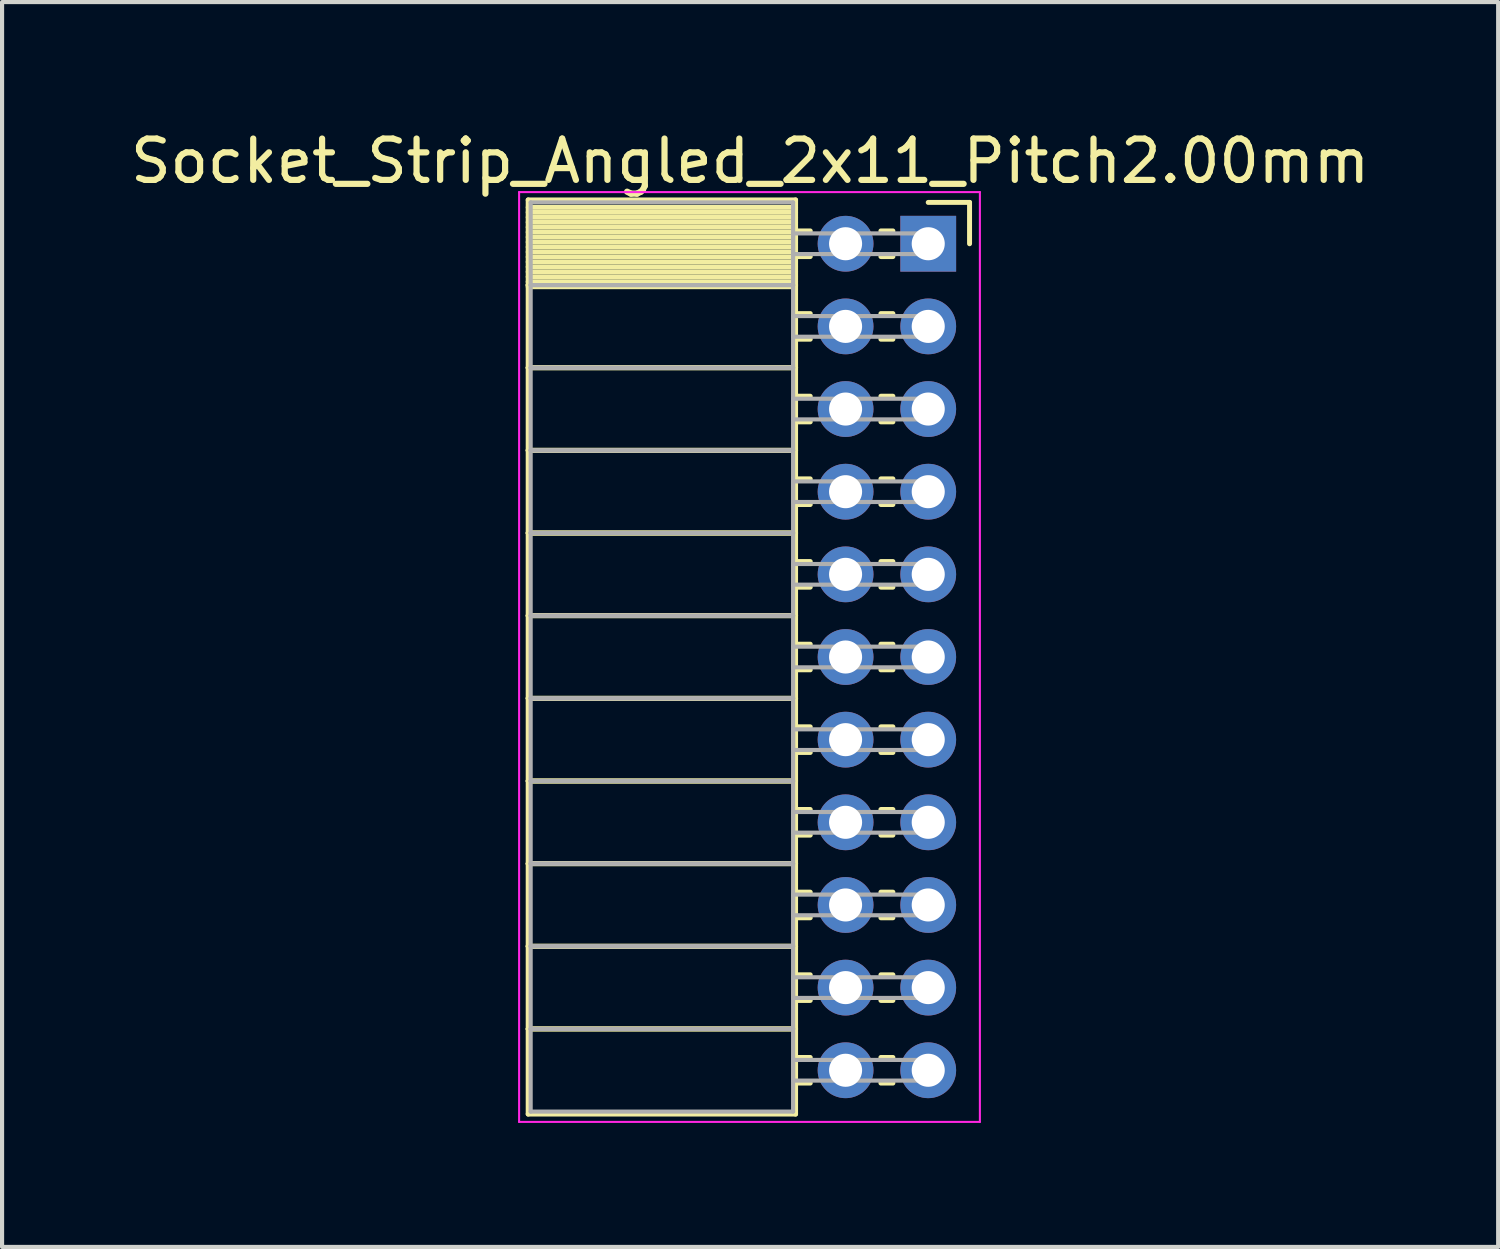
<source format=kicad_pcb>
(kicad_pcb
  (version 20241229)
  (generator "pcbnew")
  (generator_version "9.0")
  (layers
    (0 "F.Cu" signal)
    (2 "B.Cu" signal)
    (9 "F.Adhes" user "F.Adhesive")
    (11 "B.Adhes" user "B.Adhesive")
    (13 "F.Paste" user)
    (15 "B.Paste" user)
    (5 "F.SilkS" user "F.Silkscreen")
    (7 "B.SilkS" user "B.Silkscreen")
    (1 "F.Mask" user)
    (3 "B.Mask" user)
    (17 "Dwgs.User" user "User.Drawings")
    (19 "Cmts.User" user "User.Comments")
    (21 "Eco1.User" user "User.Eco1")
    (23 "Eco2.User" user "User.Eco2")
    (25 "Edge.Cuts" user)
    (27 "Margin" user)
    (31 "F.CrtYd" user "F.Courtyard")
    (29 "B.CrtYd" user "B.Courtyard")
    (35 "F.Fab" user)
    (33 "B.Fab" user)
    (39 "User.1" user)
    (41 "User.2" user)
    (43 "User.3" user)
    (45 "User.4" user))
  (footprint "Socket_Strip_Angled_2x11_Pitch2.00mm"
    (layer "F.Cu")
    (at 19.411 2.848)
    (property "Reference" "Socket_Strip_Angled_2x11_Pitch2.00mm" (at -4.31 -2 0) (layer "F.SilkS") (effects (font (size 1 1) (thickness 0.15))))
    (attr through_hole)
    (fp_line (start -9.68 -1.06) (end -3.21 -1.06) (stroke (width 0.12) (type solid)) (layer "F.SilkS"))
    (fp_line (start -9.68 1) (end -9.68 -1.06) (stroke (width 0.12) (type solid)) (layer "F.SilkS"))
    (fp_line (start -9.68 1) (end -3.21 1) (stroke (width 0.12) (type solid)) (layer "F.SilkS"))
    (fp_line (start -9.68 3) (end -9.68 1) (stroke (width 0.12) (type solid)) (layer "F.SilkS"))
    (fp_line (start -9.68 3) (end -3.21 3) (stroke (width 0.12) (type solid)) (layer "F.SilkS"))
    (fp_line (start -9.68 5) (end -9.68 3) (stroke (width 0.12) (type solid)) (layer "F.SilkS"))
    (fp_line (start -9.68 5) (end -3.21 5) (stroke (width 0.12) (type solid)) (layer "F.SilkS"))
    (fp_line (start -9.68 7) (end -9.68 5) (stroke (width 0.12) (type solid)) (layer "F.SilkS"))
    (fp_line (start -9.68 7) (end -3.21 7) (stroke (width 0.12) (type solid)) (layer "F.SilkS"))
    (fp_line (start -9.68 9) (end -9.68 7) (stroke (width 0.12) (type solid)) (layer "F.SilkS"))
    (fp_line (start -9.68 9) (end -3.21 9) (stroke (width 0.12) (type solid)) (layer "F.SilkS"))
    (fp_line (start -9.68 11) (end -9.68 9) (stroke (width 0.12) (type solid)) (layer "F.SilkS"))
    (fp_line (start -9.68 11) (end -3.21 11) (stroke (width 0.12) (type solid)) (layer "F.SilkS"))
    (fp_line (start -9.68 13) (end -9.68 11) (stroke (width 0.12) (type solid)) (layer "F.SilkS"))
    (fp_line (start -9.68 13) (end -3.21 13) (stroke (width 0.12) (type solid)) (layer "F.SilkS"))
    (fp_line (start -9.68 15) (end -9.68 13) (stroke (width 0.12) (type solid)) (layer "F.SilkS"))
    (fp_line (start -9.68 15) (end -3.21 15) (stroke (width 0.12) (type solid)) (layer "F.SilkS"))
    (fp_line (start -9.68 17) (end -9.68 15) (stroke (width 0.12) (type solid)) (layer "F.SilkS"))
    (fp_line (start -9.68 17) (end -3.21 17) (stroke (width 0.12) (type solid)) (layer "F.SilkS"))
    (fp_line (start -9.68 19) (end -9.68 17) (stroke (width 0.12) (type solid)) (layer "F.SilkS"))
    (fp_line (start -9.68 19) (end -3.21 19) (stroke (width 0.12) (type solid)) (layer "F.SilkS"))
    (fp_line (start -9.68 21.06) (end -9.68 19) (stroke (width 0.12) (type solid)) (layer "F.SilkS"))
    (fp_line (start -3.21 -1.06) (end -3.21 1) (stroke (width 0.12) (type solid)) (layer "F.SilkS"))
    (fp_line (start -3.21 -0.88) (end -9.68 -0.88) (stroke (width 0.12) (type solid)) (layer "F.SilkS"))
    (fp_line (start -3.21 -0.76) (end -9.68 -0.76) (stroke (width 0.12) (type solid)) (layer "F.SilkS"))
    (fp_line (start -3.21 -0.64) (end -9.68 -0.64) (stroke (width 0.12) (type solid)) (layer "F.SilkS"))
    (fp_line (start -3.21 -0.52) (end -9.68 -0.52) (stroke (width 0.12) (type solid)) (layer "F.SilkS"))
    (fp_line (start -3.21 -0.4) (end -9.68 -0.4) (stroke (width 0.12) (type solid)) (layer "F.SilkS"))
    (fp_line (start -3.21 -0.28) (end -9.68 -0.28) (stroke (width 0.12) (type solid)) (layer "F.SilkS"))
    (fp_line (start -3.21 -0.16) (end -9.68 -0.16) (stroke (width 0.12) (type solid)) (layer "F.SilkS"))
    (fp_line (start -3.21 -0.04) (end -9.68 -0.04) (stroke (width 0.12) (type solid)) (layer "F.SilkS"))
    (fp_line (start -3.21 0.08) (end -9.68 0.08) (stroke (width 0.12) (type solid)) (layer "F.SilkS"))
    (fp_line (start -3.21 0.2) (end -9.68 0.2) (stroke (width 0.12) (type solid)) (layer "F.SilkS"))
    (fp_line (start -3.21 0.32) (end -9.68 0.32) (stroke (width 0.12) (type solid)) (layer "F.SilkS"))
    (fp_line (start -3.21 0.44) (end -9.68 0.44) (stroke (width 0.12) (type solid)) (layer "F.SilkS"))
    (fp_line (start -3.21 0.56) (end -9.68 0.56) (stroke (width 0.12) (type solid)) (layer "F.SilkS"))
    (fp_line (start -3.21 0.68) (end -9.68 0.68) (stroke (width 0.12) (type solid)) (layer "F.SilkS"))
    (fp_line (start -3.21 0.8) (end -9.68 0.8) (stroke (width 0.12) (type solid)) (layer "F.SilkS"))
    (fp_line (start -3.21 0.92) (end -9.68 0.92) (stroke (width 0.12) (type solid)) (layer "F.SilkS"))
    (fp_line (start -3.21 1) (end -9.68 1) (stroke (width 0.12) (type solid)) (layer "F.SilkS"))
    (fp_line (start -3.21 1) (end -3.21 3) (stroke (width 0.12) (type solid)) (layer "F.SilkS"))
    (fp_line (start -3.21 1.04) (end -9.68 1.04) (stroke (width 0.12) (type solid)) (layer "F.SilkS"))
    (fp_line (start -3.21 3) (end -9.68 3) (stroke (width 0.12) (type solid)) (layer "F.SilkS"))
    (fp_line (start -3.21 3) (end -3.21 5) (stroke (width 0.12) (type solid)) (layer "F.SilkS"))
    (fp_line (start -3.21 5) (end -9.68 5) (stroke (width 0.12) (type solid)) (layer "F.SilkS"))
    (fp_line (start -3.21 5) (end -3.21 7) (stroke (width 0.12) (type solid)) (layer "F.SilkS"))
    (fp_line (start -3.21 7) (end -9.68 7) (stroke (width 0.12) (type solid)) (layer "F.SilkS"))
    (fp_line (start -3.21 7) (end -3.21 9) (stroke (width 0.12) (type solid)) (layer "F.SilkS"))
    (fp_line (start -3.21 9) (end -9.68 9) (stroke (width 0.12) (type solid)) (layer "F.SilkS"))
    (fp_line (start -3.21 9) (end -3.21 11) (stroke (width 0.12) (type solid)) (layer "F.SilkS"))
    (fp_line (start -3.21 11) (end -9.68 11) (stroke (width 0.12) (type solid)) (layer "F.SilkS"))
    (fp_line (start -3.21 11) (end -3.21 13) (stroke (width 0.12) (type solid)) (layer "F.SilkS"))
    (fp_line (start -3.21 13) (end -9.68 13) (stroke (width 0.12) (type solid)) (layer "F.SilkS"))
    (fp_line (start -3.21 13) (end -3.21 15) (stroke (width 0.12) (type solid)) (layer "F.SilkS"))
    (fp_line (start -3.21 15) (end -9.68 15) (stroke (width 0.12) (type solid)) (layer "F.SilkS"))
    (fp_line (start -3.21 15) (end -3.21 17) (stroke (width 0.12) (type solid)) (layer "F.SilkS"))
    (fp_line (start -3.21 17) (end -9.68 17) (stroke (width 0.12) (type solid)) (layer "F.SilkS"))
    (fp_line (start -3.21 17) (end -3.21 19) (stroke (width 0.12) (type solid)) (layer "F.SilkS"))
    (fp_line (start -3.21 19) (end -9.68 19) (stroke (width 0.12) (type solid)) (layer "F.SilkS"))
    (fp_line (start -3.21 19) (end -3.21 21.06) (stroke (width 0.12) (type solid)) (layer "F.SilkS"))
    (fp_line (start -3.21 21.06) (end -9.68 21.06) (stroke (width 0.12) (type solid)) (layer "F.SilkS"))
    (fp_line (start -2.855 -0.31) (end -3.21 -0.31) (stroke (width 0.12) (type solid)) (layer "F.SilkS"))
    (fp_line (start -2.855 0.31) (end -3.21 0.31) (stroke (width 0.12) (type solid)) (layer "F.SilkS"))
    (fp_line (start -2.855 1.69) (end -3.21 1.69) (stroke (width 0.12) (type solid)) (layer "F.SilkS"))
    (fp_line (start -2.855 2.31) (end -3.21 2.31) (stroke (width 0.12) (type solid)) (layer "F.SilkS"))
    (fp_line (start -2.855 3.69) (end -3.21 3.69) (stroke (width 0.12) (type solid)) (layer "F.SilkS"))
    (fp_line (start -2.855 4.31) (end -3.21 4.31) (stroke (width 0.12) (type solid)) (layer "F.SilkS"))
    (fp_line (start -2.855 5.69) (end -3.21 5.69) (stroke (width 0.12) (type solid)) (layer "F.SilkS"))
    (fp_line (start -2.855 6.31) (end -3.21 6.31) (stroke (width 0.12) (type solid)) (layer "F.SilkS"))
    (fp_line (start -2.855 7.69) (end -3.21 7.69) (stroke (width 0.12) (type solid)) (layer "F.SilkS"))
    (fp_line (start -2.855 8.31) (end -3.21 8.31) (stroke (width 0.12) (type solid)) (layer "F.SilkS"))
    (fp_line (start -2.855 9.69) (end -3.21 9.69) (stroke (width 0.12) (type solid)) (layer "F.SilkS"))
    (fp_line (start -2.855 10.31) (end -3.21 10.31) (stroke (width 0.12) (type solid)) (layer "F.SilkS"))
    (fp_line (start -2.855 11.69) (end -3.21 11.69) (stroke (width 0.12) (type solid)) (layer "F.SilkS"))
    (fp_line (start -2.855 12.31) (end -3.21 12.31) (stroke (width 0.12) (type solid)) (layer "F.SilkS"))
    (fp_line (start -2.855 13.69) (end -3.21 13.69) (stroke (width 0.12) (type solid)) (layer "F.SilkS"))
    (fp_line (start -2.855 14.31) (end -3.21 14.31) (stroke (width 0.12) (type solid)) (layer "F.SilkS"))
    (fp_line (start -2.855 15.69) (end -3.21 15.69) (stroke (width 0.12) (type solid)) (layer "F.SilkS"))
    (fp_line (start -2.855 16.31) (end -3.21 16.31) (stroke (width 0.12) (type solid)) (layer "F.SilkS"))
    (fp_line (start -2.855 17.69) (end -3.21 17.69) (stroke (width 0.12) (type solid)) (layer "F.SilkS"))
    (fp_line (start -2.855 18.31) (end -3.21 18.31) (stroke (width 0.12) (type solid)) (layer "F.SilkS"))
    (fp_line (start -2.855 19.69) (end -3.21 19.69) (stroke (width 0.12) (type solid)) (layer "F.SilkS"))
    (fp_line (start -2.855 20.31) (end -3.21 20.31) (stroke (width 0.12) (type solid)) (layer "F.SilkS"))
    (fp_line (start -0.855 -0.31) (end -1.145 -0.31) (stroke (width 0.12) (type solid)) (layer "F.SilkS"))
    (fp_line (start -0.855 0.31) (end -1.145 0.31) (stroke (width 0.12) (type solid)) (layer "F.SilkS"))
    (fp_line (start -0.855 1.69) (end -1.145 1.69) (stroke (width 0.12) (type solid)) (layer "F.SilkS"))
    (fp_line (start -0.855 2.31) (end -1.145 2.31) (stroke (width 0.12) (type solid)) (layer "F.SilkS"))
    (fp_line (start -0.855 3.69) (end -1.145 3.69) (stroke (width 0.12) (type solid)) (layer "F.SilkS"))
    (fp_line (start -0.855 4.31) (end -1.145 4.31) (stroke (width 0.12) (type solid)) (layer "F.SilkS"))
    (fp_line (start -0.855 5.69) (end -1.145 5.69) (stroke (width 0.12) (type solid)) (layer "F.SilkS"))
    (fp_line (start -0.855 6.31) (end -1.145 6.31) (stroke (width 0.12) (type solid)) (layer "F.SilkS"))
    (fp_line (start -0.855 7.69) (end -1.145 7.69) (stroke (width 0.12) (type solid)) (layer "F.SilkS"))
    (fp_line (start -0.855 8.31) (end -1.145 8.31) (stroke (width 0.12) (type solid)) (layer "F.SilkS"))
    (fp_line (start -0.855 9.69) (end -1.145 9.69) (stroke (width 0.12) (type solid)) (layer "F.SilkS"))
    (fp_line (start -0.855 10.31) (end -1.145 10.31) (stroke (width 0.12) (type solid)) (layer "F.SilkS"))
    (fp_line (start -0.855 11.69) (end -1.145 11.69) (stroke (width 0.12) (type solid)) (layer "F.SilkS"))
    (fp_line (start -0.855 12.31) (end -1.145 12.31) (stroke (width 0.12) (type solid)) (layer "F.SilkS"))
    (fp_line (start -0.855 13.69) (end -1.145 13.69) (stroke (width 0.12) (type solid)) (layer "F.SilkS"))
    (fp_line (start -0.855 14.31) (end -1.145 14.31) (stroke (width 0.12) (type solid)) (layer "F.SilkS"))
    (fp_line (start -0.855 15.69) (end -1.145 15.69) (stroke (width 0.12) (type solid)) (layer "F.SilkS"))
    (fp_line (start -0.855 16.31) (end -1.145 16.31) (stroke (width 0.12) (type solid)) (layer "F.SilkS"))
    (fp_line (start -0.855 17.69) (end -1.145 17.69) (stroke (width 0.12) (type solid)) (layer "F.SilkS"))
    (fp_line (start -0.855 18.31) (end -1.145 18.31) (stroke (width 0.12) (type solid)) (layer "F.SilkS"))
    (fp_line (start -0.855 19.69) (end -1.145 19.69) (stroke (width 0.12) (type solid)) (layer "F.SilkS"))
    (fp_line (start -0.855 20.31) (end -1.145 20.31) (stroke (width 0.12) (type solid)) (layer "F.SilkS"))
    (fp_line (start 0 -1) (end 1 -1) (stroke (width 0.12) (type solid)) (layer "F.SilkS"))
    (fp_line (start 1 -1) (end 1 0) (stroke (width 0.12) (type solid)) (layer "F.SilkS"))
    (fp_line (start -9.9 -1.25) (end 1.25 -1.25) (stroke (width 0.05) (type solid)) (layer "F.CrtYd"))
    (fp_line (start -9.9 21.25) (end -9.9 -1.25) (stroke (width 0.05) (type solid)) (layer "F.CrtYd"))
    (fp_line (start 1.25 -1.25) (end 1.25 21.25) (stroke (width 0.05) (type solid)) (layer "F.CrtYd"))
    (fp_line (start 1.25 21.25) (end -9.9 21.25) (stroke (width 0.05) (type solid)) (layer "F.CrtYd"))
    (fp_line (start -9.62 -1) (end -3.27 -1) (stroke (width 0.1) (type solid)) (layer "F.Fab"))
    (fp_line (start -9.62 1) (end -9.62 -1) (stroke (width 0.1) (type solid)) (layer "F.Fab"))
    (fp_line (start -9.62 1) (end -3.27 1) (stroke (width 0.1) (type solid)) (layer "F.Fab"))
    (fp_line (start -9.62 3) (end -9.62 1) (stroke (width 0.1) (type solid)) (layer "F.Fab"))
    (fp_line (start -9.62 3) (end -3.27 3) (stroke (width 0.1) (type solid)) (layer "F.Fab"))
    (fp_line (start -9.62 5) (end -9.62 3) (stroke (width 0.1) (type solid)) (layer "F.Fab"))
    (fp_line (start -9.62 5) (end -3.27 5) (stroke (width 0.1) (type solid)) (layer "F.Fab"))
    (fp_line (start -9.62 7) (end -9.62 5) (stroke (width 0.1) (type solid)) (layer "F.Fab"))
    (fp_line (start -9.62 7) (end -3.27 7) (stroke (width 0.1) (type solid)) (layer "F.Fab"))
    (fp_line (start -9.62 9) (end -9.62 7) (stroke (width 0.1) (type solid)) (layer "F.Fab"))
    (fp_line (start -9.62 9) (end -3.27 9) (stroke (width 0.1) (type solid)) (layer "F.Fab"))
    (fp_line (start -9.62 11) (end -9.62 9) (stroke (width 0.1) (type solid)) (layer "F.Fab"))
    (fp_line (start -9.62 11) (end -3.27 11) (stroke (width 0.1) (type solid)) (layer "F.Fab"))
    (fp_line (start -9.62 13) (end -9.62 11) (stroke (width 0.1) (type solid)) (layer "F.Fab"))
    (fp_line (start -9.62 13) (end -3.27 13) (stroke (width 0.1) (type solid)) (layer "F.Fab"))
    (fp_line (start -9.62 15) (end -9.62 13) (stroke (width 0.1) (type solid)) (layer "F.Fab"))
    (fp_line (start -9.62 15) (end -3.27 15) (stroke (width 0.1) (type solid)) (layer "F.Fab"))
    (fp_line (start -9.62 17) (end -9.62 15) (stroke (width 0.1) (type solid)) (layer "F.Fab"))
    (fp_line (start -9.62 17) (end -3.27 17) (stroke (width 0.1) (type solid)) (layer "F.Fab"))
    (fp_line (start -9.62 19) (end -9.62 17) (stroke (width 0.1) (type solid)) (layer "F.Fab"))
    (fp_line (start -9.62 19) (end -3.27 19) (stroke (width 0.1) (type solid)) (layer "F.Fab"))
    (fp_line (start -9.62 21) (end -9.62 19) (stroke (width 0.1) (type solid)) (layer "F.Fab"))
    (fp_line (start -3.27 -1) (end -3.27 1) (stroke (width 0.1) (type solid)) (layer "F.Fab"))
    (fp_line (start -3.27 -0.25) (end 0 -0.25) (stroke (width 0.1) (type solid)) (layer "F.Fab"))
    (fp_line (start -3.27 0.25) (end -3.27 -0.25) (stroke (width 0.1) (type solid)) (layer "F.Fab"))
    (fp_line (start -3.27 1) (end -9.62 1) (stroke (width 0.1) (type solid)) (layer "F.Fab"))
    (fp_line (start -3.27 1) (end -3.27 3) (stroke (width 0.1) (type solid)) (layer "F.Fab"))
    (fp_line (start -3.27 1.75) (end 0 1.75) (stroke (width 0.1) (type solid)) (layer "F.Fab"))
    (fp_line (start -3.27 2.25) (end -3.27 1.75) (stroke (width 0.1) (type solid)) (layer "F.Fab"))
    (fp_line (start -3.27 3) (end -9.62 3) (stroke (width 0.1) (type solid)) (layer "F.Fab"))
    (fp_line (start -3.27 3) (end -3.27 5) (stroke (width 0.1) (type solid)) (layer "F.Fab"))
    (fp_line (start -3.27 3.75) (end 0 3.75) (stroke (width 0.1) (type solid)) (layer "F.Fab"))
    (fp_line (start -3.27 4.25) (end -3.27 3.75) (stroke (width 0.1) (type solid)) (layer "F.Fab"))
    (fp_line (start -3.27 5) (end -9.62 5) (stroke (width 0.1) (type solid)) (layer "F.Fab"))
    (fp_line (start -3.27 5) (end -3.27 7) (stroke (width 0.1) (type solid)) (layer "F.Fab"))
    (fp_line (start -3.27 5.75) (end 0 5.75) (stroke (width 0.1) (type solid)) (layer "F.Fab"))
    (fp_line (start -3.27 6.25) (end -3.27 5.75) (stroke (width 0.1) (type solid)) (layer "F.Fab"))
    (fp_line (start -3.27 7) (end -9.62 7) (stroke (width 0.1) (type solid)) (layer "F.Fab"))
    (fp_line (start -3.27 7) (end -3.27 9) (stroke (width 0.1) (type solid)) (layer "F.Fab"))
    (fp_line (start -3.27 7.75) (end 0 7.75) (stroke (width 0.1) (type solid)) (layer "F.Fab"))
    (fp_line (start -3.27 8.25) (end -3.27 7.75) (stroke (width 0.1) (type solid)) (layer "F.Fab"))
    (fp_line (start -3.27 9) (end -9.62 9) (stroke (width 0.1) (type solid)) (layer "F.Fab"))
    (fp_line (start -3.27 9) (end -3.27 11) (stroke (width 0.1) (type solid)) (layer "F.Fab"))
    (fp_line (start -3.27 9.75) (end 0 9.75) (stroke (width 0.1) (type solid)) (layer "F.Fab"))
    (fp_line (start -3.27 10.25) (end -3.27 9.75) (stroke (width 0.1) (type solid)) (layer "F.Fab"))
    (fp_line (start -3.27 11) (end -9.62 11) (stroke (width 0.1) (type solid)) (layer "F.Fab"))
    (fp_line (start -3.27 11) (end -3.27 13) (stroke (width 0.1) (type solid)) (layer "F.Fab"))
    (fp_line (start -3.27 11.75) (end 0 11.75) (stroke (width 0.1) (type solid)) (layer "F.Fab"))
    (fp_line (start -3.27 12.25) (end -3.27 11.75) (stroke (width 0.1) (type solid)) (layer "F.Fab"))
    (fp_line (start -3.27 13) (end -9.62 13) (stroke (width 0.1) (type solid)) (layer "F.Fab"))
    (fp_line (start -3.27 13) (end -3.27 15) (stroke (width 0.1) (type solid)) (layer "F.Fab"))
    (fp_line (start -3.27 13.75) (end 0 13.75) (stroke (width 0.1) (type solid)) (layer "F.Fab"))
    (fp_line (start -3.27 14.25) (end -3.27 13.75) (stroke (width 0.1) (type solid)) (layer "F.Fab"))
    (fp_line (start -3.27 15) (end -9.62 15) (stroke (width 0.1) (type solid)) (layer "F.Fab"))
    (fp_line (start -3.27 15) (end -3.27 17) (stroke (width 0.1) (type solid)) (layer "F.Fab"))
    (fp_line (start -3.27 15.75) (end 0 15.75) (stroke (width 0.1) (type solid)) (layer "F.Fab"))
    (fp_line (start -3.27 16.25) (end -3.27 15.75) (stroke (width 0.1) (type solid)) (layer "F.Fab"))
    (fp_line (start -3.27 17) (end -9.62 17) (stroke (width 0.1) (type solid)) (layer "F.Fab"))
    (fp_line (start -3.27 17) (end -3.27 19) (stroke (width 0.1) (type solid)) (layer "F.Fab"))
    (fp_line (start -3.27 17.75) (end 0 17.75) (stroke (width 0.1) (type solid)) (layer "F.Fab"))
    (fp_line (start -3.27 18.25) (end -3.27 17.75) (stroke (width 0.1) (type solid)) (layer "F.Fab"))
    (fp_line (start -3.27 19) (end -9.62 19) (stroke (width 0.1) (type solid)) (layer "F.Fab"))
    (fp_line (start -3.27 19) (end -3.27 21) (stroke (width 0.1) (type solid)) (layer "F.Fab"))
    (fp_line (start -3.27 19.75) (end 0 19.75) (stroke (width 0.1) (type solid)) (layer "F.Fab"))
    (fp_line (start -3.27 20.25) (end -3.27 19.75) (stroke (width 0.1) (type solid)) (layer "F.Fab"))
    (fp_line (start -3.27 21) (end -9.62 21) (stroke (width 0.1) (type solid)) (layer "F.Fab"))
    (fp_line (start 0 -0.25) (end 0 0.25) (stroke (width 0.1) (type solid)) (layer "F.Fab"))
    (fp_line (start 0 0.25) (end -3.27 0.25) (stroke (width 0.1) (type solid)) (layer "F.Fab"))
    (fp_line (start 0 1.75) (end 0 2.25) (stroke (width 0.1) (type solid)) (layer "F.Fab"))
    (fp_line (start 0 2.25) (end -3.27 2.25) (stroke (width 0.1) (type solid)) (layer "F.Fab"))
    (fp_line (start 0 3.75) (end 0 4.25) (stroke (width 0.1) (type solid)) (layer "F.Fab"))
    (fp_line (start 0 4.25) (end -3.27 4.25) (stroke (width 0.1) (type solid)) (layer "F.Fab"))
    (fp_line (start 0 5.75) (end 0 6.25) (stroke (width 0.1) (type solid)) (layer "F.Fab"))
    (fp_line (start 0 6.25) (end -3.27 6.25) (stroke (width 0.1) (type solid)) (layer "F.Fab"))
    (fp_line (start 0 7.75) (end 0 8.25) (stroke (width 0.1) (type solid)) (layer "F.Fab"))
    (fp_line (start 0 8.25) (end -3.27 8.25) (stroke (width 0.1) (type solid)) (layer "F.Fab"))
    (fp_line (start 0 9.75) (end 0 10.25) (stroke (width 0.1) (type solid)) (layer "F.Fab"))
    (fp_line (start 0 10.25) (end -3.27 10.25) (stroke (width 0.1) (type solid)) (layer "F.Fab"))
    (fp_line (start 0 11.75) (end 0 12.25) (stroke (width 0.1) (type solid)) (layer "F.Fab"))
    (fp_line (start 0 12.25) (end -3.27 12.25) (stroke (width 0.1) (type solid)) (layer "F.Fab"))
    (fp_line (start 0 13.75) (end 0 14.25) (stroke (width 0.1) (type solid)) (layer "F.Fab"))
    (fp_line (start 0 14.25) (end -3.27 14.25) (stroke (width 0.1) (type solid)) (layer "F.Fab"))
    (fp_line (start 0 15.75) (end 0 16.25) (stroke (width 0.1) (type solid)) (layer "F.Fab"))
    (fp_line (start 0 16.25) (end -3.27 16.25) (stroke (width 0.1) (type solid)) (layer "F.Fab"))
    (fp_line (start 0 17.75) (end 0 18.25) (stroke (width 0.1) (type solid)) (layer "F.Fab"))
    (fp_line (start 0 18.25) (end -3.27 18.25) (stroke (width 0.1) (type solid)) (layer "F.Fab"))
    (fp_line (start 0 19.75) (end 0 20.25) (stroke (width 0.1) (type solid)) (layer "F.Fab"))
    (fp_line (start 0 20.25) (end -3.27 20.25) (stroke (width 0.1) (type solid)) (layer "F.Fab"))
    (pad "1" thru_hole rect (at 0 0) (size 1.35 1.35) (drill 0.8) (layers "*.Cu" "*.Mask"))
    (pad "2" thru_hole oval (at -2 0) (size 1.35 1.35) (drill 0.8) (layers "*.Cu" "*.Mask"))
    (pad "3" thru_hole oval (at 0 2) (size 1.35 1.35) (drill 0.8) (layers "*.Cu" "*.Mask"))
    (pad "4" thru_hole oval (at -2 2) (size 1.35 1.35) (drill 0.8) (layers "*.Cu" "*.Mask"))
    (pad "5" thru_hole oval (at 0 4) (size 1.35 1.35) (drill 0.8) (layers "*.Cu" "*.Mask"))
    (pad "6" thru_hole oval (at -2 4) (size 1.35 1.35) (drill 0.8) (layers "*.Cu" "*.Mask"))
    (pad "7" thru_hole oval (at 0 6) (size 1.35 1.35) (drill 0.8) (layers "*.Cu" "*.Mask"))
    (pad "8" thru_hole oval (at -2 6) (size 1.35 1.35) (drill 0.8) (layers "*.Cu" "*.Mask"))
    (pad "9" thru_hole oval (at 0 8) (size 1.35 1.35) (drill 0.8) (layers "*.Cu" "*.Mask"))
    (pad "10" thru_hole oval (at -2 8) (size 1.35 1.35) (drill 0.8) (layers "*.Cu" "*.Mask"))
    (pad "11" thru_hole oval (at 0 10) (size 1.35 1.35) (drill 0.8) (layers "*.Cu" "*.Mask"))
    (pad "12" thru_hole oval (at -2 10) (size 1.35 1.35) (drill 0.8) (layers "*.Cu" "*.Mask"))
    (pad "13" thru_hole oval (at 0 12) (size 1.35 1.35) (drill 0.8) (layers "*.Cu" "*.Mask"))
    (pad "14" thru_hole oval (at -2 12) (size 1.35 1.35) (drill 0.8) (layers "*.Cu" "*.Mask"))
    (pad "15" thru_hole oval (at 0 14) (size 1.35 1.35) (drill 0.8) (layers "*.Cu" "*.Mask"))
    (pad "16" thru_hole oval (at -2 14) (size 1.35 1.35) (drill 0.8) (layers "*.Cu" "*.Mask"))
    (pad "17" thru_hole oval (at 0 16) (size 1.35 1.35) (drill 0.8) (layers "*.Cu" "*.Mask"))
    (pad "18" thru_hole oval (at -2 16) (size 1.35 1.35) (drill 0.8) (layers "*.Cu" "*.Mask"))
    (pad "19" thru_hole oval (at 0 18) (size 1.35 1.35) (drill 0.8) (layers "*.Cu" "*.Mask"))
    (pad "20" thru_hole oval (at -2 18) (size 1.35 1.35) (drill 0.8) (layers "*.Cu" "*.Mask"))
    (pad "21" thru_hole oval (at 0 20) (size 1.35 1.35) (drill 0.8) (layers "*.Cu" "*.Mask"))
    (pad "22" thru_hole oval (at -2 20) (size 1.35 1.35) (drill 0.8) (layers "*.Cu" "*.Mask")))
  (gr_rect
    (start -3 -3)
    (end 33.202 27.123)
    (stroke (width 0.1) (type default))
    (fill no)
    (layer "Edge.Cuts")))
</source>
